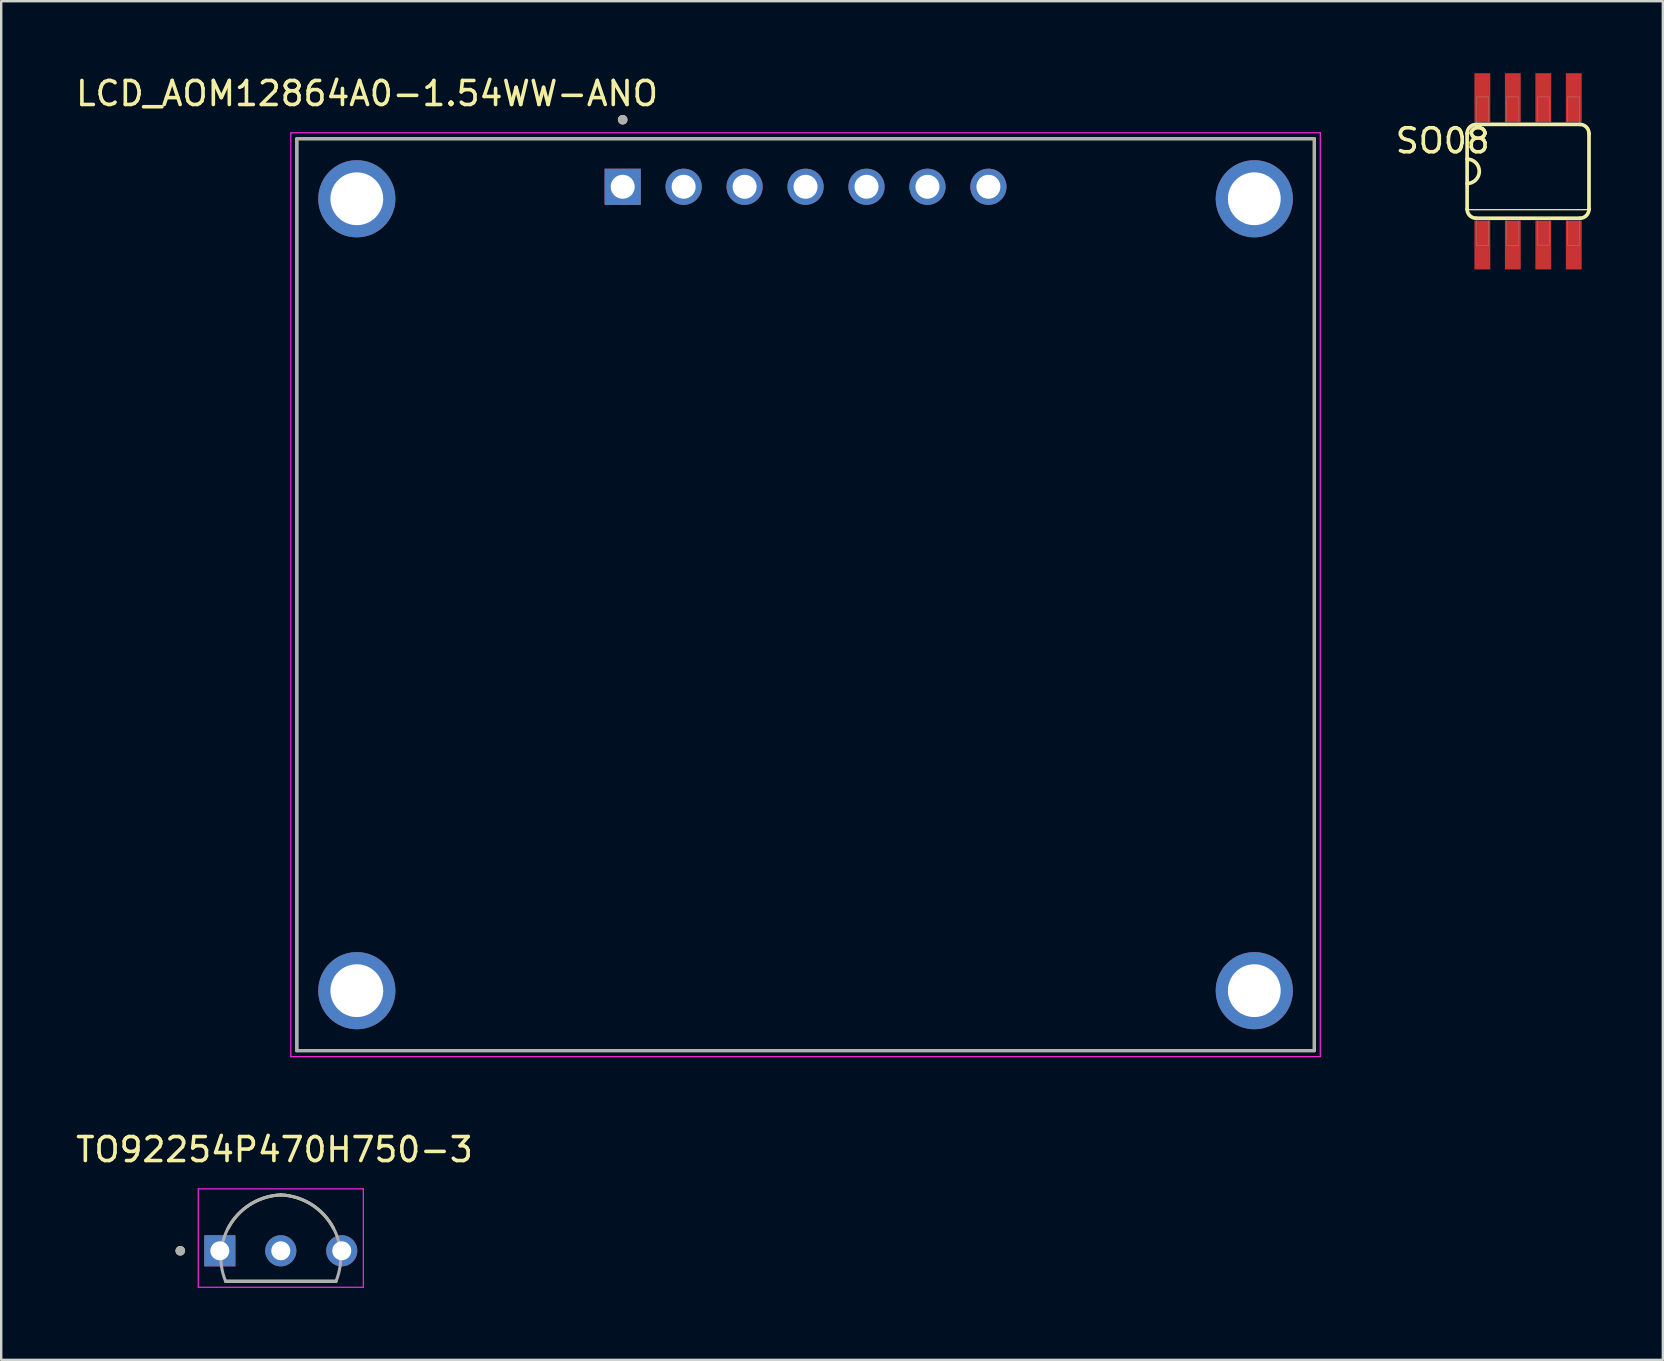
<source format=kicad_pcb>
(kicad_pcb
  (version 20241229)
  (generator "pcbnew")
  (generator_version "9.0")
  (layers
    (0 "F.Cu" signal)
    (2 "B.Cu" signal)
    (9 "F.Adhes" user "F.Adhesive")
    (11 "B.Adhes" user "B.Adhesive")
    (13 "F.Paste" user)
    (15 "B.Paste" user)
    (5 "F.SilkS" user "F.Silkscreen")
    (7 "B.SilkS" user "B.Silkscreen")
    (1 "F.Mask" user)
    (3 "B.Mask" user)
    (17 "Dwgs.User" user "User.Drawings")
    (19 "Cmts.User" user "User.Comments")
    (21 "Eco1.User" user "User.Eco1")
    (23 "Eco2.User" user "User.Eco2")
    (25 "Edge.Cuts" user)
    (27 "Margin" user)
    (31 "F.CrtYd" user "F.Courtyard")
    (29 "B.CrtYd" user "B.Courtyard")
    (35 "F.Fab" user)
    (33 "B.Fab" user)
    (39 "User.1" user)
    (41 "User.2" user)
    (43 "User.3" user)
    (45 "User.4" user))
  (footprint "LCD_AOM12864A0-1.54WW-ANO"
    (layer "F.Cu")
    (at 30.519 21.733)
    (property "Reference" "LCD_AOM12864A0-1.54WW-ANO" (at -18.275 -20.885 0) (layer "F.SilkS") (effects (font (size 1 1) (thickness 0.15))))
    (attr through_hole)
    (fp_line (start -21.2 -19) (end 21.2 -19) (stroke (width 0.127) (type solid)) (layer "F.SilkS"))
    (fp_line (start -21.2 19) (end -21.2 -19) (stroke (width 0.127) (type solid)) (layer "F.SilkS"))
    (fp_line (start 21.2 -19) (end 21.2 19) (stroke (width 0.127) (type solid)) (layer "F.SilkS"))
    (fp_line (start 21.2 19) (end -21.2 19) (stroke (width 0.127) (type solid)) (layer "F.SilkS"))
    (fp_circle (center -7.62 -19.794) (end -7.52 -19.794) (stroke (width 0.2) (type solid)) (fill no) (layer "F.SilkS"))
    (fp_line (start -21.45 -19.25) (end -21.45 19.25) (stroke (width 0.05) (type solid)) (layer "F.CrtYd"))
    (fp_line (start -21.45 19.25) (end 21.45 19.25) (stroke (width 0.05) (type solid)) (layer "F.CrtYd"))
    (fp_line (start 21.45 -19.25) (end -21.45 -19.25) (stroke (width 0.05) (type solid)) (layer "F.CrtYd"))
    (fp_line (start 21.45 19.25) (end 21.45 -19.25) (stroke (width 0.05) (type solid)) (layer "F.CrtYd"))
    (fp_line (start -21.2 -19) (end 21.2 -19) (stroke (width 0.127) (type solid)) (layer "F.Fab"))
    (fp_line (start -21.2 19) (end -21.2 -19) (stroke (width 0.127) (type solid)) (layer "F.Fab"))
    (fp_line (start 21.2 -19) (end 21.2 19) (stroke (width 0.127) (type solid)) (layer "F.Fab"))
    (fp_line (start 21.2 19) (end -21.2 19) (stroke (width 0.127) (type solid)) (layer "F.Fab"))
    (fp_circle (center -7.62 -19.794) (end -7.52 -19.794) (stroke (width 0.2) (type solid)) (fill no) (layer "F.Fab"))
    (pad "1" thru_hole rect (at -7.62 -17) (size 1.508 1.508) (drill 1) (layers "*.Cu" "*.Mask"))
    (pad "2" thru_hole circle (at -5.08 -17) (size 1.508 1.508) (drill 1) (layers "*.Cu" "*.Mask"))
    (pad "3" thru_hole circle (at -2.54 -17) (size 1.508 1.508) (drill 1) (layers "*.Cu" "*.Mask"))
    (pad "4" thru_hole circle (at 0 -17) (size 1.508 1.508) (drill 1) (layers "*.Cu" "*.Mask"))
    (pad "5" thru_hole circle (at 2.54 -17) (size 1.508 1.508) (drill 1) (layers "*.Cu" "*.Mask"))
    (pad "6" thru_hole circle (at 5.08 -17) (size 1.508 1.508) (drill 1) (layers "*.Cu" "*.Mask"))
    (pad "7" thru_hole circle (at 7.62 -17) (size 1.508 1.508) (drill 1) (layers "*.Cu" "*.Mask"))
    (pad "P1" thru_hole circle (at -18.7 -16.5) (size 3.216 3.216) (drill 2.2) (layers "*.Cu" "*.Mask"))
    (pad "P2" thru_hole circle (at 18.7 -16.5) (size 3.216 3.216) (drill 2.2) (layers "*.Cu" "*.Mask"))
    (pad "P3" thru_hole circle (at -18.7 16.5) (size 3.216 3.216) (drill 2.2) (layers "*.Cu" "*.Mask"))
    (pad "P4" thru_hole circle (at 18.7 16.5) (size 3.216 3.216) (drill 2.2) (layers "*.Cu" "*.Mask")))
  (footprint "SO08"
    (layer "F.Cu")
    (at 60.627 4.089)
    (property "Reference" "SO08" (at -3.556 -1.27 180) (layer "F.SilkS") (effects (font (size 1 1) (thickness 0.15))))
    (attr smd)
    (fp_line (start -2.54 -1.575) (end -2.54 1.575) (stroke (width 0.152) (type solid)) (layer "F.SilkS"))
    (fp_line (start -2.54 1.6) (end 2.54 1.6) (stroke (width 0.051) (type solid)) (layer "F.SilkS"))
    (fp_line (start -2.159 1.956) (end 2.159 1.956) (stroke (width 0.152) (type solid)) (layer "F.SilkS"))
    (fp_line (start 2.159 -1.956) (end -2.159 -1.956) (stroke (width 0.152) (type solid)) (layer "F.SilkS"))
    (fp_line (start 2.54 1.575) (end 2.54 -1.575) (stroke (width 0.152) (type solid)) (layer "F.SilkS"))
    (fp_arc (start -2.54 -1.5748) (mid -2.428408 -1.844208) (end -2.159 -1.9558) (stroke (width 0.1524) (type solid)) (layer "F.SilkS"))
    (fp_arc (start -2.54 -0.508) (mid -2.032 0) (end -2.54 0.508) (stroke (width 0.1524) (type solid)) (layer "F.SilkS"))
    (fp_arc (start -2.159 1.9558) (mid -2.428408 1.844208) (end -2.54 1.5748) (stroke (width 0.1524) (type solid)) (layer "F.SilkS"))
    (fp_arc (start 2.159 -1.9558) (mid 2.428408 -1.844208) (end 2.54 -1.5748) (stroke (width 0.1524) (type solid)) (layer "F.SilkS"))
    (fp_arc (start 2.54 1.5748) (mid 2.428408 1.844208) (end 2.159 1.9558) (stroke (width 0.1524) (type solid)) (layer "F.SilkS"))
    (fp_poly (pts (xy -2.159 -3.099) (xy -1.651 -3.099) (xy -1.651 -1.956) (xy -2.159 -1.956)) (stroke (width 0.01) (type solid)) (fill no) (layer "F.Fab"))
    (fp_poly (pts (xy -2.159 1.956) (xy -1.651 1.956) (xy -1.651 3.099) (xy -2.159 3.099)) (stroke (width 0.01) (type solid)) (fill no) (layer "F.Fab"))
    (fp_poly (pts (xy -0.889 -3.099) (xy -0.381 -3.099) (xy -0.381 -1.956) (xy -0.889 -1.956)) (stroke (width 0.01) (type solid)) (fill no) (layer "F.Fab"))
    (fp_poly (pts (xy -0.889 1.956) (xy -0.381 1.956) (xy -0.381 3.099) (xy -0.889 3.099)) (stroke (width 0.01) (type solid)) (fill no) (layer "F.Fab"))
    (fp_poly (pts (xy 0.381 -3.099) (xy 0.889 -3.099) (xy 0.889 -1.956) (xy 0.381 -1.956)) (stroke (width 0.01) (type solid)) (fill no) (layer "F.Fab"))
    (fp_poly (pts (xy 0.381 1.93) (xy 0.889 1.93) (xy 0.889 3.073) (xy 0.381 3.073)) (stroke (width 0.01) (type solid)) (fill no) (layer "F.Fab"))
    (fp_poly (pts (xy 1.651 -3.099) (xy 2.159 -3.099) (xy 2.159 -1.956) (xy 1.651 -1.956)) (stroke (width 0.01) (type solid)) (fill no) (layer "F.Fab"))
    (fp_poly (pts (xy 1.651 1.956) (xy 2.159 1.956) (xy 2.159 3.099) (xy 1.651 3.099)) (stroke (width 0.01) (type solid)) (fill no) (layer "F.Fab"))
    (pad "1" smd rect (at -1.905 3.073) (size 0.66 2.032) (layers "F.Cu" "F.Mask" "F.Paste"))
    (pad "2" smd rect (at -0.635 3.073) (size 0.66 2.032) (layers "F.Cu" "F.Mask" "F.Paste"))
    (pad "3" smd rect (at 0.635 3.073) (size 0.66 2.032) (layers "F.Cu" "F.Mask" "F.Paste"))
    (pad "4" smd rect (at 1.905 3.073) (size 0.66 2.032) (layers "F.Cu" "F.Mask" "F.Paste"))
    (pad "5" smd rect (at 1.905 -3.073) (size 0.66 2.032) (layers "F.Cu" "F.Mask" "F.Paste"))
    (pad "6" smd rect (at 0.635 -3.073) (size 0.66 2.032) (layers "F.Cu" "F.Mask" "F.Paste"))
    (pad "7" smd rect (at -0.635 -3.073) (size 0.66 2.032) (layers "F.Cu" "F.Mask" "F.Paste"))
    (pad "8" smd rect (at -1.905 -3.073) (size 0.66 2.032) (layers "F.Cu" "F.Mask" "F.Paste")))
  (footprint "TO92254P470H750-3"
    (layer "F.Cu")
    (at 8.651 46.743)
    (property "Reference" "TO92254P470H750-3" (at -0.264 -1.887 0) (layer "F.SilkS") (effects (font (size 1 1) (thickness 0.15))))
    (attr through_hole)
    (fp_line (start -2.3 3.6) (end 2.3 3.6) (stroke (width 0.127) (type solid)) (layer "F.SilkS"))
    (fp_arc (start -2.2 1.4) (mid -1.287564 0.405256) (end 0 0) (stroke (width 0.127) (type solid)) (layer "F.SilkS"))
    (fp_arc (start 0 0) (mid 1.287564 0.405256) (end 2.2 1.4) (stroke (width 0.127) (type solid)) (layer "F.SilkS"))
    (fp_circle (center -4.189 2.33) (end -4.089 2.33) (stroke (width 0.2) (type solid)) (fill no) (layer "F.SilkS"))
    (fp_line (start -3.439 -0.252) (end -3.439 3.85) (stroke (width 0.05) (type solid)) (layer "F.CrtYd"))
    (fp_line (start -3.439 3.85) (end 3.439 3.85) (stroke (width 0.05) (type solid)) (layer "F.CrtYd"))
    (fp_line (start 3.439 -0.252) (end -3.439 -0.252) (stroke (width 0.05) (type solid)) (layer "F.CrtYd"))
    (fp_line (start 3.439 3.85) (end 3.439 -0.252) (stroke (width 0.05) (type solid)) (layer "F.CrtYd"))
    (fp_line (start -2.3 3.6) (end 2.3 3.6) (stroke (width 0.127) (type solid)) (layer "F.Fab"))
    (fp_arc (start -2.3 3.600001) (mid -2.087021 1.201348) (end 0 0) (stroke (width 0.127) (type solid)) (layer "F.Fab"))
    (fp_arc (start 0 0) (mid 2.087021 1.201348) (end 2.3 3.600001) (stroke (width 0.127) (type solid)) (layer "F.Fab"))
    (fp_circle (center -4.189 2.33) (end -4.089 2.33) (stroke (width 0.2) (type solid)) (fill no) (layer "F.Fab"))
    (pad "1" thru_hole rect (at -2.54 2.33) (size 1.298 1.298) (drill 0.79) (layers "*.Cu" "*.Mask"))
    (pad "2" thru_hole circle (at 0 2.33) (size 1.298 1.298) (drill 0.79) (layers "*.Cu" "*.Mask"))
    (pad "3" thru_hole circle (at 2.54 2.33) (size 1.298 1.298) (drill 0.79) (layers "*.Cu" "*.Mask")))
  (gr_rect
    (start -3 -3)
    (end 66.244 53.618)
    (stroke (width 0.1) (type default))
    (fill no)
    (layer "Edge.Cuts")))
</source>
